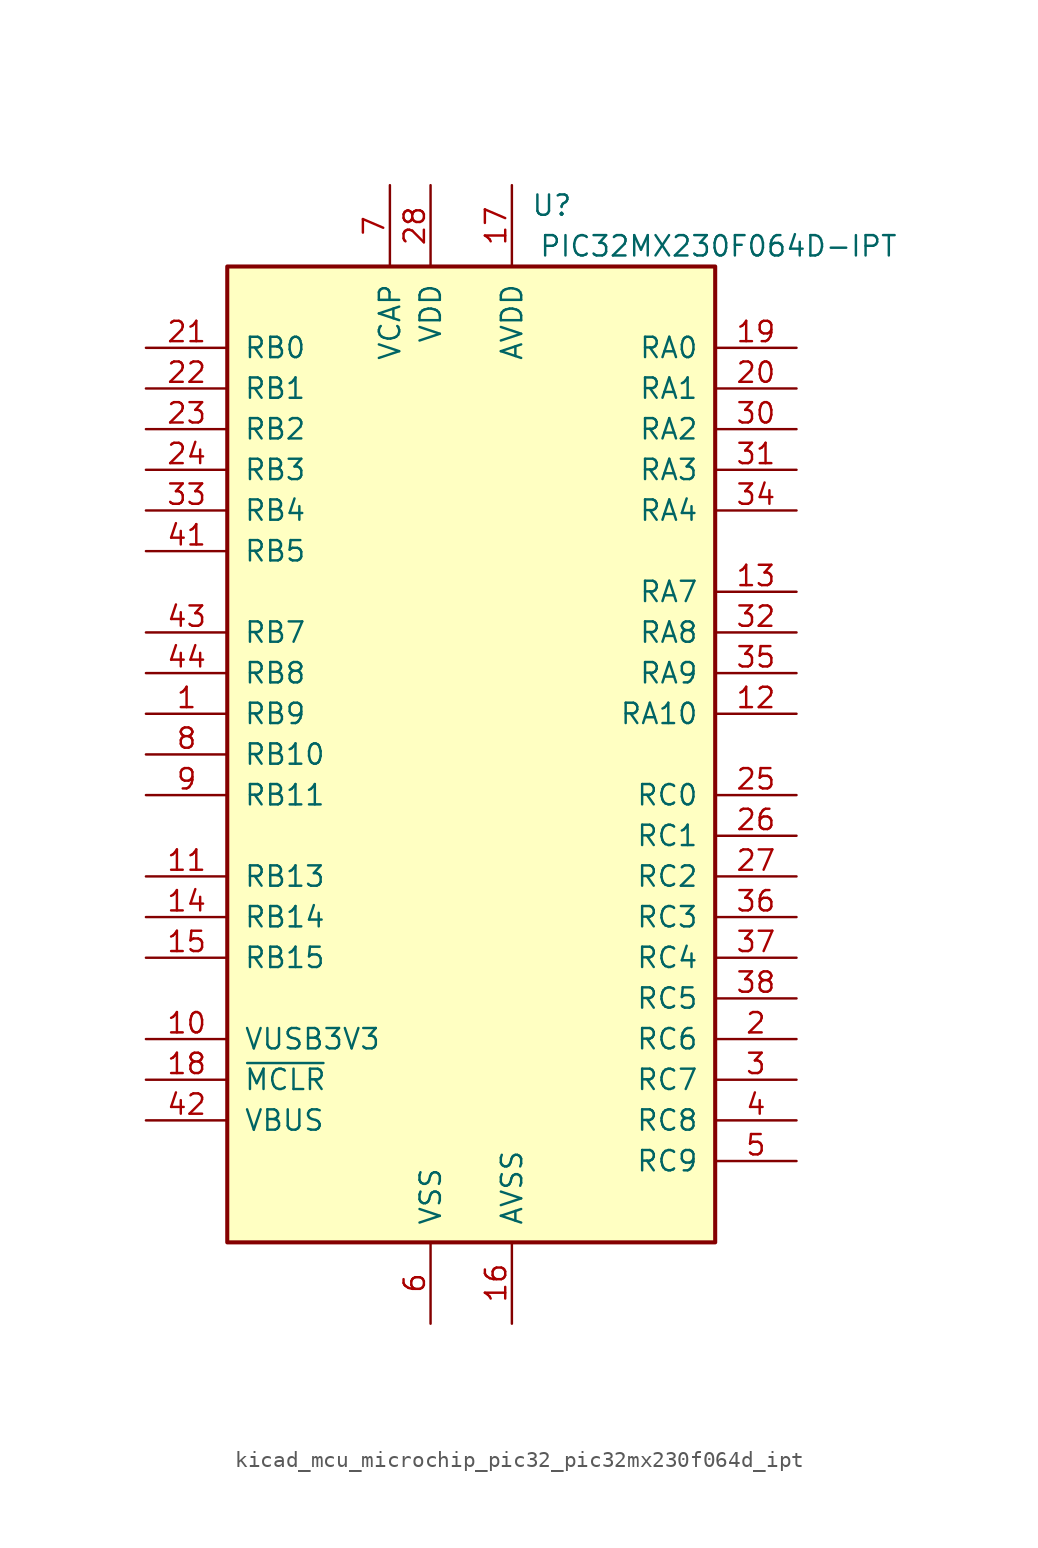
<source format=kicad_sym>
(kicad_symbol_lib
  (version 20220914)
  (generator kicad_symbol_editor)
  (symbol "kicad_mcu_microchip_pic32_pic32mx230f064d_ipt"
    (pin_names
      (offset 1.016))
    (property "Reference" "U"
      (at 6.35 34.29 0)
      (effects (font (size 1.27 1.27)) (justify right)))
    (property "Value" "PIC32MX230F064D-IPT"
      (at 26.67 31.75 0)
      (effects (font (size 1.27 1.27)) (justify right)))
    (symbol "kicad_mcu_microchip_pic32_pic32mx230f064d_ipt_0_1"
      (rectangle (start -15.24 30.48) (end 15.24 -30.48) (stroke (width 0.254) (type default)) (fill (type background))))
    (symbol "kicad_mcu_microchip_pic32_pic32mx230f064d_ipt_1_1"
      (pin bidirectional line (at -20.32 2.54 0) (length 5.08) (name "RB9" (effects (font (size 1.27 1.27)))) (number "1" (effects (font (size 1.27 1.27)))))
      (pin bidirectional line (at -20.32 -17.78 0) (length 5.08) (name "VUSB3V3" (effects (font (size 1.27 1.27)))) (number "10" (effects (font (size 1.27 1.27)))))
      (pin bidirectional line (at -20.32 -7.62 0) (length 5.08) (name "RB13" (effects (font (size 1.27 1.27)))) (number "11" (effects (font (size 1.27 1.27)))))
      (pin bidirectional line (at 20.32 2.54 180) (length 5.08) (name "RA10" (effects (font (size 1.27 1.27)))) (number "12" (effects (font (size 1.27 1.27)))))
      (pin bidirectional line (at 20.32 10.16 180) (length 5.08) (name "RA7" (effects (font (size 1.27 1.27)))) (number "13" (effects (font (size 1.27 1.27)))))
      (pin bidirectional line (at -20.32 -10.16 0) (length 5.08) (name "RB14" (effects (font (size 1.27 1.27)))) (number "14" (effects (font (size 1.27 1.27)))))
      (pin bidirectional line (at -20.32 -12.7 0) (length 5.08) (name "RB15" (effects (font (size 1.27 1.27)))) (number "15" (effects (font (size 1.27 1.27)))))
      (pin power_in line (at 2.54 -35.56 90) (length 5.08) (name "AVSS" (effects (font (size 1.27 1.27)))) (number "16" (effects (font (size 1.27 1.27)))))
      (pin power_in line (at 2.54 35.56 270) (length 5.08) (name "AVDD" (effects (font (size 1.27 1.27)))) (number "17" (effects (font (size 1.27 1.27)))))
      (pin input line (at -20.32 -20.32 0) (length 5.08) (name "~{MCLR}" (effects (font (size 1.27 1.27)))) (number "18" (effects (font (size 1.27 1.27)))))
      (pin input line (at 20.32 25.4 180) (length 5.08) (name "RA0" (effects (font (size 1.27 1.27)))) (number "19" (effects (font (size 1.27 1.27)))))
      (pin bidirectional line (at 20.32 -17.78 180) (length 5.08) (name "RC6" (effects (font (size 1.27 1.27)))) (number "2" (effects (font (size 1.27 1.27)))))
      (pin input line (at 20.32 22.86 180) (length 5.08) (name "RA1" (effects (font (size 1.27 1.27)))) (number "20" (effects (font (size 1.27 1.27)))))
      (pin input line (at -20.32 25.4 0) (length 5.08) (name "RB0" (effects (font (size 1.27 1.27)))) (number "21" (effects (font (size 1.27 1.27)))))
      (pin input line (at -20.32 22.86 0) (length 5.08) (name "RB1" (effects (font (size 1.27 1.27)))) (number "22" (effects (font (size 1.27 1.27)))))
      (pin input line (at -20.32 20.32 0) (length 5.08) (name "RB2" (effects (font (size 1.27 1.27)))) (number "23" (effects (font (size 1.27 1.27)))))
      (pin input line (at -20.32 17.78 0) (length 5.08) (name "RB3" (effects (font (size 1.27 1.27)))) (number "24" (effects (font (size 1.27 1.27)))))
      (pin input line (at 20.32 -2.54 180) (length 5.08) (name "RC0" (effects (font (size 1.27 1.27)))) (number "25" (effects (font (size 1.27 1.27)))))
      (pin input line (at 20.32 -5.08 180) (length 5.08) (name "RC1" (effects (font (size 1.27 1.27)))) (number "26" (effects (font (size 1.27 1.27)))))
      (pin input line (at 20.32 -7.62 180) (length 5.08) (name "RC2" (effects (font (size 1.27 1.27)))) (number "27" (effects (font (size 1.27 1.27)))))
      (pin power_in line (at -2.54 35.56 270) (length 5.08) (name "VDD" (effects (font (size 1.27 1.27)))) (number "28" (effects (font (size 1.27 1.27)))))
      (pin passive line (at -2.54 -35.56 90) (length 5.08) hide (name "VSS" (effects (font (size 1.27 1.27)))) (number "29" (effects (font (size 1.27 1.27)))))
      (pin bidirectional line (at 20.32 -20.32 180) (length 5.08) (name "RC7" (effects (font (size 1.27 1.27)))) (number "3" (effects (font (size 1.27 1.27)))))
      (pin input line (at 20.32 20.32 180) (length 5.08) (name "RA2" (effects (font (size 1.27 1.27)))) (number "30" (effects (font (size 1.27 1.27)))))
      (pin input line (at 20.32 17.78 180) (length 5.08) (name "RA3" (effects (font (size 1.27 1.27)))) (number "31" (effects (font (size 1.27 1.27)))))
      (pin input line (at 20.32 7.62 180) (length 5.08) (name "RA8" (effects (font (size 1.27 1.27)))) (number "32" (effects (font (size 1.27 1.27)))))
      (pin input line (at -20.32 15.24 0) (length 5.08) (name "RB4" (effects (font (size 1.27 1.27)))) (number "33" (effects (font (size 1.27 1.27)))))
      (pin input line (at 20.32 15.24 180) (length 5.08) (name "RA4" (effects (font (size 1.27 1.27)))) (number "34" (effects (font (size 1.27 1.27)))))
      (pin input line (at 20.32 5.08 180) (length 5.08) (name "RA9" (effects (font (size 1.27 1.27)))) (number "35" (effects (font (size 1.27 1.27)))))
      (pin input line (at 20.32 -10.16 180) (length 5.08) (name "RC3" (effects (font (size 1.27 1.27)))) (number "36" (effects (font (size 1.27 1.27)))))
      (pin input line (at 20.32 -12.7 180) (length 5.08) (name "RC4" (effects (font (size 1.27 1.27)))) (number "37" (effects (font (size 1.27 1.27)))))
      (pin input line (at 20.32 -15.24 180) (length 5.08) (name "RC5" (effects (font (size 1.27 1.27)))) (number "38" (effects (font (size 1.27 1.27)))))
      (pin passive line (at -2.54 -35.56 90) (length 5.08) hide (name "VSS" (effects (font (size 1.27 1.27)))) (number "39" (effects (font (size 1.27 1.27)))))
      (pin bidirectional line (at 20.32 -22.86 180) (length 5.08) (name "RC8" (effects (font (size 1.27 1.27)))) (number "4" (effects (font (size 1.27 1.27)))))
      (pin passive line (at -2.54 35.56 270) (length 5.08) hide (name "VDD" (effects (font (size 1.27 1.27)))) (number "40" (effects (font (size 1.27 1.27)))))
      (pin input line (at -20.32 12.7 0) (length 5.08) (name "RB5" (effects (font (size 1.27 1.27)))) (number "41" (effects (font (size 1.27 1.27)))))
      (pin input line (at -20.32 -22.86 0) (length 5.08) (name "VBUS" (effects (font (size 1.27 1.27)))) (number "42" (effects (font (size 1.27 1.27)))))
      (pin input line (at -20.32 7.62 0) (length 5.08) (name "RB7" (effects (font (size 1.27 1.27)))) (number "43" (effects (font (size 1.27 1.27)))))
      (pin input line (at -20.32 5.08 0) (length 5.08) (name "RB8" (effects (font (size 1.27 1.27)))) (number "44" (effects (font (size 1.27 1.27)))))
      (pin bidirectional line (at 20.32 -25.4 180) (length 5.08) (name "RC9" (effects (font (size 1.27 1.27)))) (number "5" (effects (font (size 1.27 1.27)))))
      (pin power_in line (at -2.54 -35.56 90) (length 5.08) (name "VSS" (effects (font (size 1.27 1.27)))) (number "6" (effects (font (size 1.27 1.27)))))
      (pin power_in line (at -5.08 35.56 270) (length 5.08) (name "VCAP" (effects (font (size 1.27 1.27)))) (number "7" (effects (font (size 1.27 1.27)))))
      (pin bidirectional line (at -20.32 0 0) (length 5.08) (name "RB10" (effects (font (size 1.27 1.27)))) (number "8" (effects (font (size 1.27 1.27)))))
      (pin bidirectional line (at -20.32 -2.54 0) (length 5.08) (name "RB11" (effects (font (size 1.27 1.27)))) (number "9" (effects (font (size 1.27 1.27))))))))
</source>
